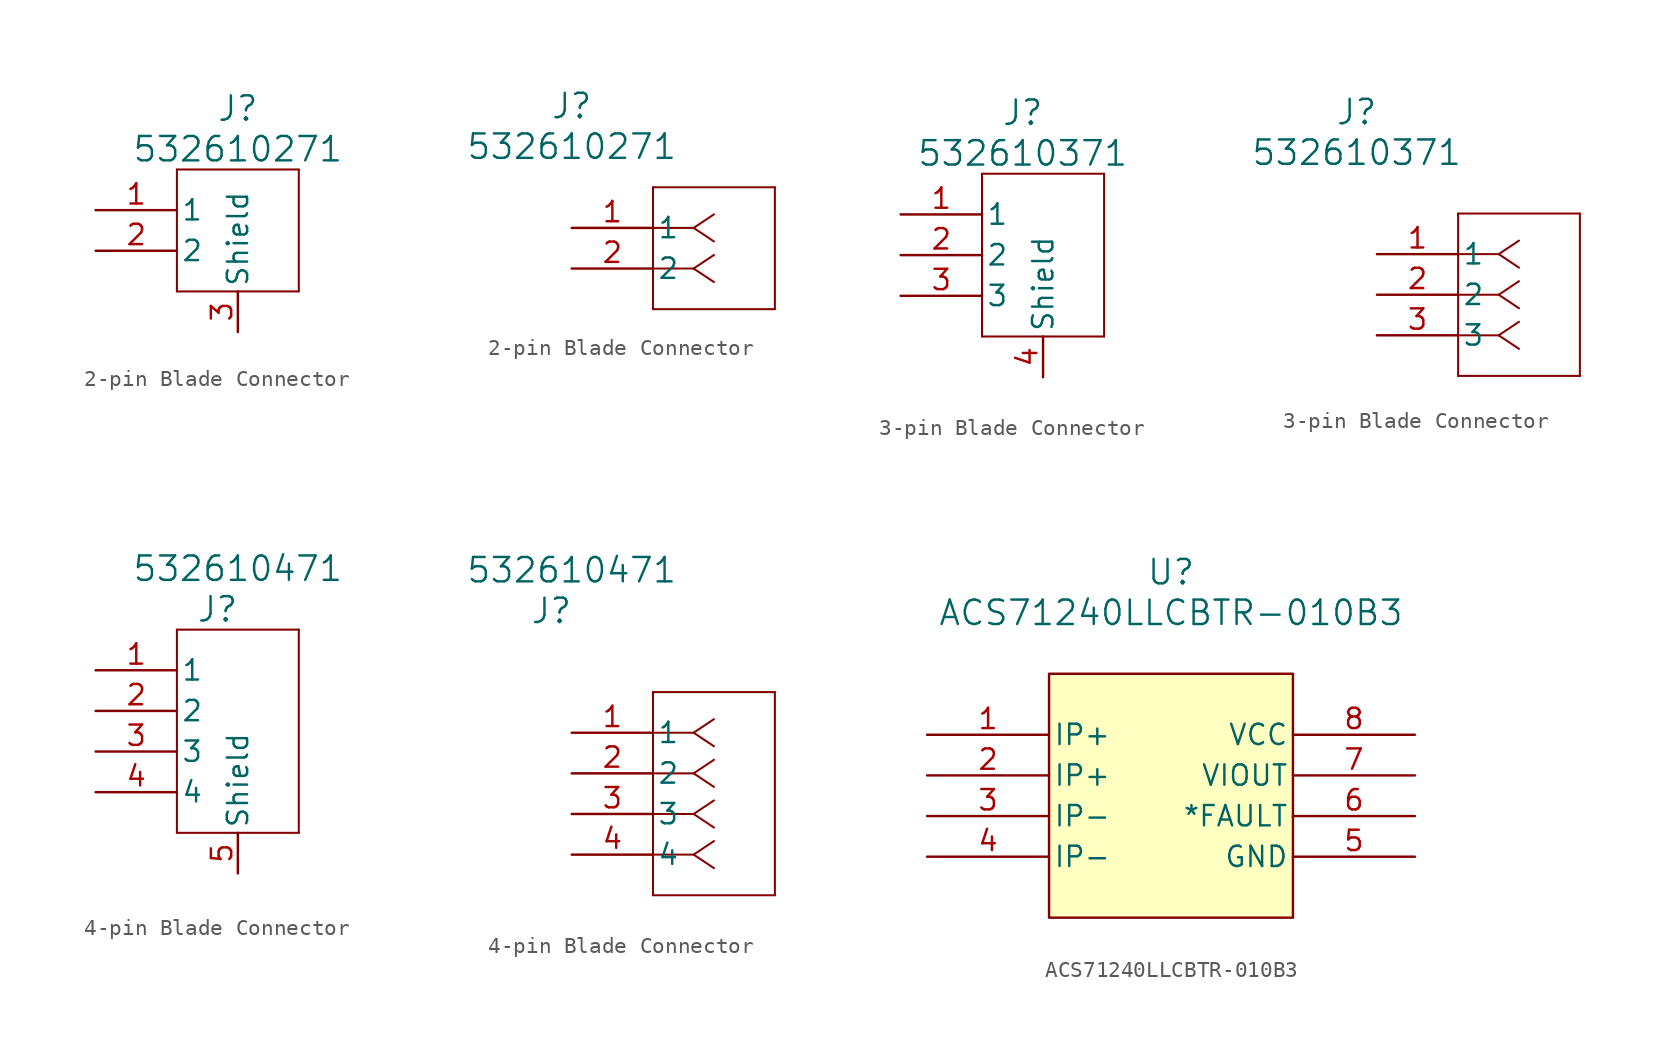
<source format=kicad_sym>
(kicad_symbol_lib
  (version 20220914)
  (generator kicad_symbol_editor)
  (symbol "2-pin Blade Connector"
    (pin_names
      (offset 0.254))
    (property "Reference" "J"
      (at 0 7.62 0)
      (effects (font (size 1.524 1.524))))
    (property "Value" "532610271"
      (at 0 5.08 0)
      (effects (font (size 1.524 1.524))))
    (symbol "2-pin Blade Connector_1_1"
      (polyline (pts (xy -3.81 -3.81) (xy 3.81 -3.81)) (stroke (width 0.127) (type default)) (fill (type none)))
      (polyline (pts (xy -3.81 3.81) (xy -3.81 -3.81)) (stroke (width 0.127) (type default)) (fill (type none)))
      (polyline (pts (xy 3.81 -3.81) (xy 3.81 3.81)) (stroke (width 0.127) (type default)) (fill (type none)))
      (polyline (pts (xy 3.81 3.81) (xy -3.81 3.81)) (stroke (width 0.127) (type default)) (fill (type none)))
      (pin unspecified line (at -8.89 1.27 0) (length 5.08) (name "1" (effects (font (size 1.27 1.27)))) (number "1" (effects (font (size 1.27 1.27)))))
      (pin unspecified line (at -8.89 -1.27 0) (length 5.08) (name "2" (effects (font (size 1.27 1.27)))) (number "2" (effects (font (size 1.27 1.27)))))
      (pin passive line (at 0 -6.35 90) (length 2.54) (name "Shield" (effects (font (size 1.27 1.27)))) (number "3" (effects (font (size 1.27 1.27))))))
    (symbol "2-pin Blade Connector_1_2"
      (polyline (pts (xy 5.08 -5.08) (xy 12.7 -5.08)) (stroke (width 0.127) (type default)) (fill (type none)))
      (polyline (pts (xy 5.08 2.54) (xy 5.08 -5.08)) (stroke (width 0.127) (type default)) (fill (type none)))
      (polyline (pts (xy 7.62 -2.54) (xy 5.08 -2.54)) (stroke (width 0.127) (type default)) (fill (type none)))
      (polyline (pts (xy 7.62 -2.54) (xy 8.89 -3.387)) (stroke (width 0.127) (type default)) (fill (type none)))
      (polyline (pts (xy 7.62 -2.54) (xy 8.89 -1.693)) (stroke (width 0.127) (type default)) (fill (type none)))
      (polyline (pts (xy 7.62 0) (xy 5.08 0)) (stroke (width 0.127) (type default)) (fill (type none)))
      (polyline (pts (xy 7.62 0) (xy 8.89 -0.847)) (stroke (width 0.127) (type default)) (fill (type none)))
      (polyline (pts (xy 7.62 0) (xy 8.89 0.847)) (stroke (width 0.127) (type default)) (fill (type none)))
      (polyline (pts (xy 12.7 -5.08) (xy 12.7 2.54)) (stroke (width 0.127) (type default)) (fill (type none)))
      (polyline (pts (xy 12.7 2.54) (xy 5.08 2.54)) (stroke (width 0.127) (type default)) (fill (type none)))
      (pin unspecified line (at 0 0 0) (length 5.08) (name "1" (effects (font (size 1.27 1.27)))) (number "1" (effects (font (size 1.27 1.27)))))
      (pin unspecified line (at 0 -2.54 0) (length 5.08) (name "2" (effects (font (size 1.27 1.27)))) (number "2" (effects (font (size 1.27 1.27)))))))
  (symbol "3-pin Blade Connector"
    (pin_names
      (offset 0.254))
    (property "Reference" "J"
      (at -1.27 8.89 0)
      (effects (font (size 1.524 1.524))))
    (property "Value" "532610371"
      (at -1.27 6.35 0)
      (effects (font (size 1.524 1.524))))
    (symbol "3-pin Blade Connector_1_1"
      (polyline (pts (xy -3.81 -5.08) (xy 3.81 -5.08)) (stroke (width 0.127) (type default)) (fill (type none)))
      (polyline (pts (xy -3.81 5.08) (xy -3.81 -5.08)) (stroke (width 0.127) (type default)) (fill (type none)))
      (polyline (pts (xy 3.81 -5.08) (xy 3.81 5.08)) (stroke (width 0.127) (type default)) (fill (type none)))
      (polyline (pts (xy 3.81 5.08) (xy -3.81 5.08)) (stroke (width 0.127) (type default)) (fill (type none)))
      (pin unspecified line (at -8.89 2.54 0) (length 5.08) (name "1" (effects (font (size 1.27 1.27)))) (number "1" (effects (font (size 1.27 1.27)))))
      (pin unspecified line (at -8.89 0 0) (length 5.08) (name "2" (effects (font (size 1.27 1.27)))) (number "2" (effects (font (size 1.27 1.27)))))
      (pin unspecified line (at -8.89 -2.54 0) (length 5.08) (name "3" (effects (font (size 1.27 1.27)))) (number "3" (effects (font (size 1.27 1.27)))))
      (pin passive line (at 0 -7.62 90) (length 2.54) (name "Shield" (effects (font (size 1.27 1.27)))) (number "4" (effects (font (size 1.27 1.27))))))
    (symbol "3-pin Blade Connector_1_2"
      (polyline (pts (xy 5.08 -7.62) (xy 12.7 -7.62)) (stroke (width 0.127) (type default)) (fill (type none)))
      (polyline (pts (xy 5.08 2.54) (xy 5.08 -7.62)) (stroke (width 0.127) (type default)) (fill (type none)))
      (polyline (pts (xy 7.62 -5.08) (xy 5.08 -5.08)) (stroke (width 0.127) (type default)) (fill (type none)))
      (polyline (pts (xy 7.62 -5.08) (xy 8.89 -5.927)) (stroke (width 0.127) (type default)) (fill (type none)))
      (polyline (pts (xy 7.62 -5.08) (xy 8.89 -4.233)) (stroke (width 0.127) (type default)) (fill (type none)))
      (polyline (pts (xy 7.62 -2.54) (xy 5.08 -2.54)) (stroke (width 0.127) (type default)) (fill (type none)))
      (polyline (pts (xy 7.62 -2.54) (xy 8.89 -3.387)) (stroke (width 0.127) (type default)) (fill (type none)))
      (polyline (pts (xy 7.62 -2.54) (xy 8.89 -1.693)) (stroke (width 0.127) (type default)) (fill (type none)))
      (polyline (pts (xy 7.62 0) (xy 5.08 0)) (stroke (width 0.127) (type default)) (fill (type none)))
      (polyline (pts (xy 7.62 0) (xy 8.89 -0.847)) (stroke (width 0.127) (type default)) (fill (type none)))
      (polyline (pts (xy 7.62 0) (xy 8.89 0.847)) (stroke (width 0.127) (type default)) (fill (type none)))
      (polyline (pts (xy 12.7 -7.62) (xy 12.7 2.54)) (stroke (width 0.127) (type default)) (fill (type none)))
      (polyline (pts (xy 12.7 2.54) (xy 5.08 2.54)) (stroke (width 0.127) (type default)) (fill (type none)))
      (pin unspecified line (at 0 0 0) (length 5.08) (name "1" (effects (font (size 1.27 1.27)))) (number "1" (effects (font (size 1.27 1.27)))))
      (pin unspecified line (at 0 -2.54 0) (length 5.08) (name "2" (effects (font (size 1.27 1.27)))) (number "2" (effects (font (size 1.27 1.27)))))
      (pin unspecified line (at 0 -5.08 0) (length 5.08) (name "3" (effects (font (size 1.27 1.27)))) (number "3" (effects (font (size 1.27 1.27)))))))
  (symbol "4-pin Blade Connector"
    (pin_names
      (offset 0.254))
    (property "Reference" "J"
      (at -1.27 7.62 0)
      (effects (font (size 1.524 1.524))))
    (property "Value" "532610471"
      (at 0 10.16 0)
      (effects (font (size 1.524 1.524))))
    (symbol "4-pin Blade Connector_1_1"
      (polyline (pts (xy -3.81 -6.35) (xy 3.81 -6.35)) (stroke (width 0.127) (type default)) (fill (type none)))
      (polyline (pts (xy -3.81 6.35) (xy -3.81 -6.35)) (stroke (width 0.127) (type default)) (fill (type none)))
      (polyline (pts (xy 3.81 -6.35) (xy 3.81 6.35)) (stroke (width 0.127) (type default)) (fill (type none)))
      (polyline (pts (xy 3.81 6.35) (xy -3.81 6.35)) (stroke (width 0.127) (type default)) (fill (type none)))
      (pin unspecified line (at -8.89 3.81 0) (length 5.08) (name "1" (effects (font (size 1.27 1.27)))) (number "1" (effects (font (size 1.27 1.27)))))
      (pin unspecified line (at -8.89 1.27 0) (length 5.08) (name "2" (effects (font (size 1.27 1.27)))) (number "2" (effects (font (size 1.27 1.27)))))
      (pin unspecified line (at -8.89 -1.27 0) (length 5.08) (name "3" (effects (font (size 1.27 1.27)))) (number "3" (effects (font (size 1.27 1.27)))))
      (pin unspecified line (at -8.89 -3.81 0) (length 5.08) (name "4" (effects (font (size 1.27 1.27)))) (number "4" (effects (font (size 1.27 1.27)))))
      (pin passive line (at 0 -8.89 90) (length 2.54) (name "Shield" (effects (font (size 1.27 1.27)))) (number "5" (effects (font (size 1.27 1.27))))))
    (symbol "4-pin Blade Connector_1_2"
      (polyline (pts (xy 5.08 -10.16) (xy 12.7 -10.16)) (stroke (width 0.127) (type default)) (fill (type none)))
      (polyline (pts (xy 5.08 2.54) (xy 5.08 -10.16)) (stroke (width 0.127) (type default)) (fill (type none)))
      (polyline (pts (xy 7.62 -7.62) (xy 5.08 -7.62)) (stroke (width 0.127) (type default)) (fill (type none)))
      (polyline (pts (xy 7.62 -7.62) (xy 8.89 -8.467)) (stroke (width 0.127) (type default)) (fill (type none)))
      (polyline (pts (xy 7.62 -7.62) (xy 8.89 -6.773)) (stroke (width 0.127) (type default)) (fill (type none)))
      (polyline (pts (xy 7.62 -5.08) (xy 5.08 -5.08)) (stroke (width 0.127) (type default)) (fill (type none)))
      (polyline (pts (xy 7.62 -5.08) (xy 8.89 -5.927)) (stroke (width 0.127) (type default)) (fill (type none)))
      (polyline (pts (xy 7.62 -5.08) (xy 8.89 -4.233)) (stroke (width 0.127) (type default)) (fill (type none)))
      (polyline (pts (xy 7.62 -2.54) (xy 5.08 -2.54)) (stroke (width 0.127) (type default)) (fill (type none)))
      (polyline (pts (xy 7.62 -2.54) (xy 8.89 -3.387)) (stroke (width 0.127) (type default)) (fill (type none)))
      (polyline (pts (xy 7.62 -2.54) (xy 8.89 -1.693)) (stroke (width 0.127) (type default)) (fill (type none)))
      (polyline (pts (xy 7.62 0) (xy 5.08 0)) (stroke (width 0.127) (type default)) (fill (type none)))
      (polyline (pts (xy 7.62 0) (xy 8.89 -0.847)) (stroke (width 0.127) (type default)) (fill (type none)))
      (polyline (pts (xy 7.62 0) (xy 8.89 0.847)) (stroke (width 0.127) (type default)) (fill (type none)))
      (polyline (pts (xy 12.7 -10.16) (xy 12.7 2.54)) (stroke (width 0.127) (type default)) (fill (type none)))
      (polyline (pts (xy 12.7 2.54) (xy 5.08 2.54)) (stroke (width 0.127) (type default)) (fill (type none)))
      (pin unspecified line (at 0 0 0) (length 5.08) (name "1" (effects (font (size 1.27 1.27)))) (number "1" (effects (font (size 1.27 1.27)))))
      (pin unspecified line (at 0 -2.54 0) (length 5.08) (name "2" (effects (font (size 1.27 1.27)))) (number "2" (effects (font (size 1.27 1.27)))))
      (pin unspecified line (at 0 -5.08 0) (length 5.08) (name "3" (effects (font (size 1.27 1.27)))) (number "3" (effects (font (size 1.27 1.27)))))
      (pin unspecified line (at 0 -7.62 0) (length 5.08) (name "4" (effects (font (size 1.27 1.27)))) (number "4" (effects (font (size 1.27 1.27)))))))
  (symbol "ACS71240LLCBTR-010B3"
    (pin_names
      (offset 0.254))
    (property "Reference" "U"
      (at 0 13.97 0)
      (effects (font (size 1.524 1.524))))
    (property "Value" "ACS71240LLCBTR-010B3"
      (at 0 11.43 0)
      (effects (font (size 1.524 1.524))))
    (symbol "ACS71240LLCBTR-010B3_0_1"
      (pin unspecified line (at -15.24 3.81 0) (length 7.62) (name "IP+" (effects (font (size 1.27 1.27)))) (number "1" (effects (font (size 1.27 1.27)))))
      (pin unspecified line (at -15.24 1.27 0) (length 7.62) (name "IP+" (effects (font (size 1.27 1.27)))) (number "2" (effects (font (size 1.27 1.27)))))
      (pin unspecified line (at -15.24 -1.27 0) (length 7.62) (name "IP-" (effects (font (size 1.27 1.27)))) (number "3" (effects (font (size 1.27 1.27)))))
      (pin unspecified line (at -15.24 -3.81 0) (length 7.62) (name "IP-" (effects (font (size 1.27 1.27)))) (number "4" (effects (font (size 1.27 1.27)))))
      (pin power_out line (at 15.24 -3.81 180) (length 7.62) (name "GND" (effects (font (size 1.27 1.27)))) (number "5" (effects (font (size 1.27 1.27)))))
      (pin output line (at 15.24 -1.27 180) (length 7.62) (name "*FAULT" (effects (font (size 1.27 1.27)))) (number "6" (effects (font (size 1.27 1.27)))))
      (pin unspecified line (at 15.24 1.27 180) (length 7.62) (name "VIOUT" (effects (font (size 1.27 1.27)))) (number "7" (effects (font (size 1.27 1.27)))))
      (pin power_in line (at 15.24 3.81 180) (length 7.62) (name "VCC" (effects (font (size 1.27 1.27)))) (number "8" (effects (font (size 1.27 1.27))))))
    (symbol "ACS71240LLCBTR-010B3_1_1"
      (rectangle (start -7.62 7.62) (end 7.62 -7.62) (stroke (width 0) (type default)) (fill (type background))))))
</source>
